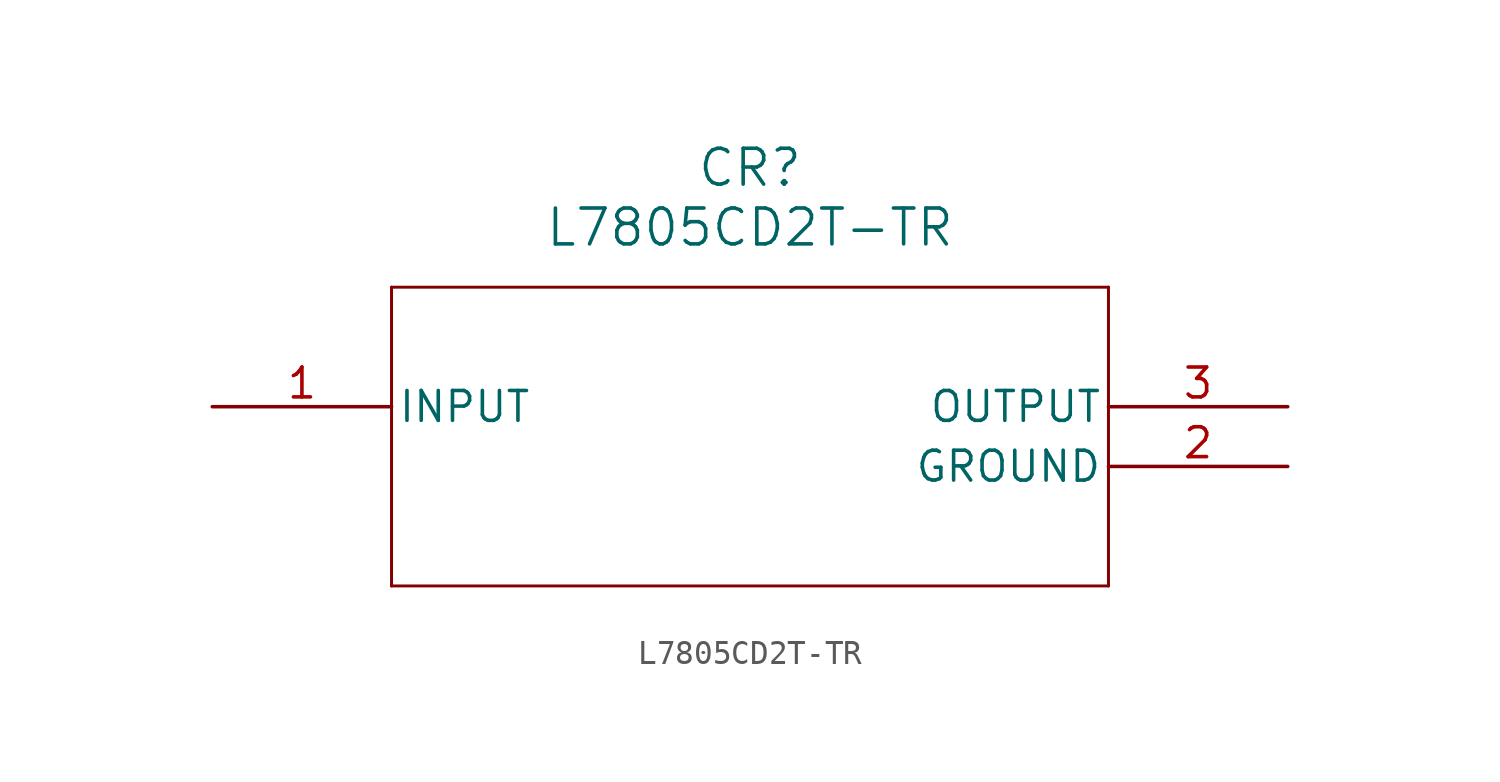
<source format=kicad_sym>
(kicad_symbol_lib
  (version 20211014)
  (generator kicad_symbol_editor)
  (symbol "L7805CD2T-TR"
    (pin_names
      (offset 0.254))
    (property "Reference" "CR"
      (at 22.86 10.16 0)
      (effects (font (size 1.524 1.524))))
    (property "Value" "L7805CD2T-TR"
      (at 22.86 7.62 0)
      (effects (font (size 1.524 1.524))))
    (symbol "L7805CD2T-TR_0_1"
      (polyline (pts (xy 7.62 5.08) (xy 7.62 -7.62)) (stroke (width 0.127) (type default) (color 0 0 0 0)) (fill (type none)))
      (polyline (pts (xy 7.62 -7.62) (xy 38.1 -7.62)) (stroke (width 0.127) (type default) (color 0 0 0 0)) (fill (type none)))
      (polyline (pts (xy 38.1 -7.62) (xy 38.1 5.08)) (stroke (width 0.127) (type default) (color 0 0 0 0)) (fill (type none)))
      (polyline (pts (xy 38.1 5.08) (xy 7.62 5.08)) (stroke (width 0.127) (type default) (color 0 0 0 0)) (fill (type none)))
      (pin input line (at 0 0 0) (length 7.62) (name "INPUT" (effects (font (size 1.27 1.27)))) (number "1" (effects (font (size 1.27 1.27)))))
      (pin power_out line (at 45.72 -2.54 180) (length 7.62) (name "GROUND" (effects (font (size 1.27 1.27)))) (number "2" (effects (font (size 1.27 1.27)))))
      (pin output line (at 45.72 0 180) (length 7.62) (name "OUTPUT" (effects (font (size 1.27 1.27)))) (number "3" (effects (font (size 1.27 1.27))))))))
</source>
